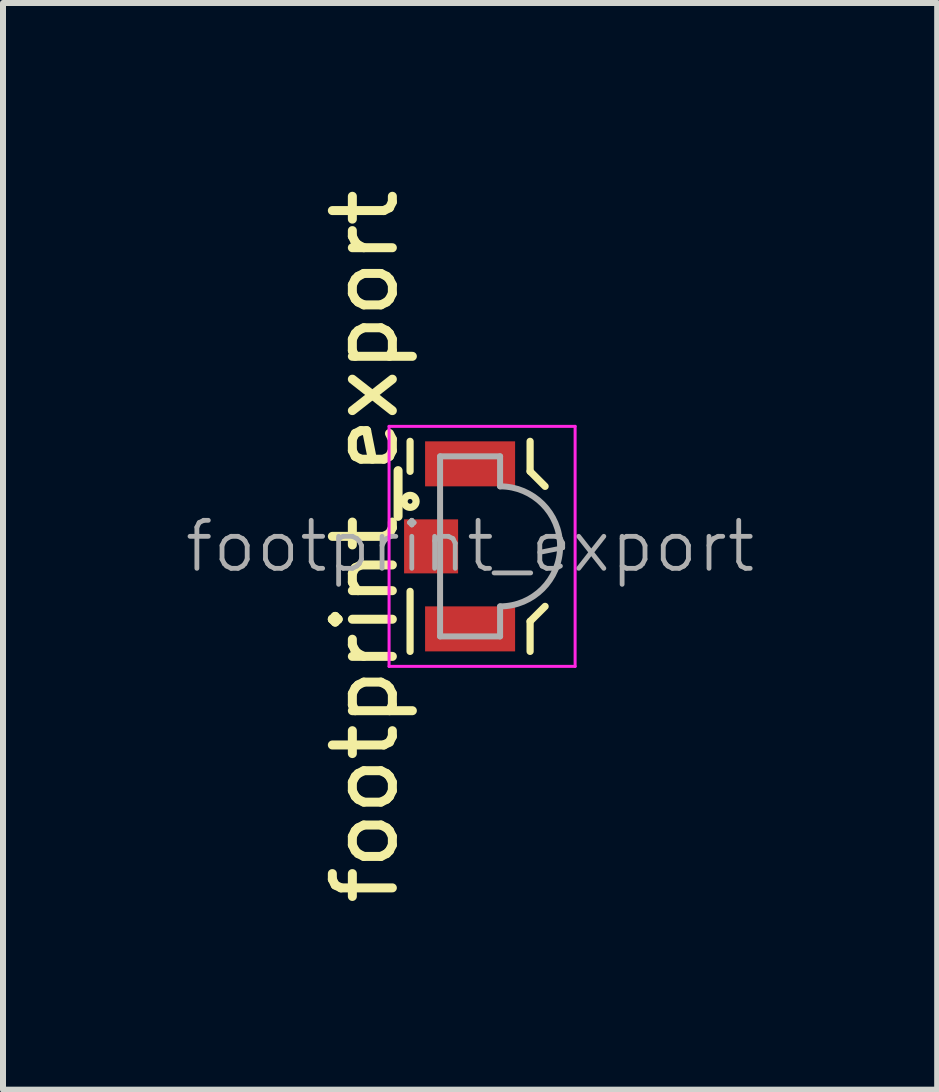
<source format=kicad_pcb>
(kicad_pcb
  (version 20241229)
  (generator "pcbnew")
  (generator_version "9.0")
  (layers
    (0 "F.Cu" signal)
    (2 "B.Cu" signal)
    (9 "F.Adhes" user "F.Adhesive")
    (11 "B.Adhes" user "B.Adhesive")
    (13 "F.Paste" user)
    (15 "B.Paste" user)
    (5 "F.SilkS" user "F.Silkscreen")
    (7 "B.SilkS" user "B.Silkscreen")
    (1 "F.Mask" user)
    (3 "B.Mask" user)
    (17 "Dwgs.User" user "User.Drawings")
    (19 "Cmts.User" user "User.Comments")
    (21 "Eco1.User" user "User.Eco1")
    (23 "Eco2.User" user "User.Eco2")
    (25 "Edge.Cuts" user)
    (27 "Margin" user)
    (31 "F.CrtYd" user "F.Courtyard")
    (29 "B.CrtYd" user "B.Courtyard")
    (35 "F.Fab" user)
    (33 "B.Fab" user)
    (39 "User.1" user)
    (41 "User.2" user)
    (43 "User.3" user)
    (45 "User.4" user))
  (footprint "footprint_export"
    (layer "F.Cu")
    (at 4.783 6.054)
    (property "Reference" "footprint_export" (at -1.75 0 90) (layer "F.SilkS") (effects (font (size 1 1) (thickness 0.15))))
    (attr smd)
    (fp_line (start -1 -1.75) (end -1 -1.25) (stroke (width 0.12) (type solid)) (layer "F.SilkS"))
    (fp_line (start -1 1.75) (end -1 0.75) (stroke (width 0.12) (type solid)) (layer "F.SilkS"))
    (fp_line (start 1 -1.75) (end 1 -1.25) (stroke (width 0.12) (type solid)) (layer "F.SilkS"))
    (fp_line (start 1 -1.25) (end 1.25 -1) (stroke (width 0.12) (type solid)) (layer "F.SilkS"))
    (fp_line (start 1 1.25) (end 1 1.75) (stroke (width 0.12) (type solid)) (layer "F.SilkS"))
    (fp_line (start 1 1.25) (end 1.25 1) (stroke (width 0.12) (type solid)) (layer "F.SilkS"))
    (fp_circle (center -1 -0.75) (end -0.9 -0.75) (stroke (width 0.12) (type solid)) (fill no) (layer "F.SilkS"))
    (fp_line (start -1.35 -2) (end 1.75 -2) (stroke (width 0.05) (type solid)) (layer "F.CrtYd"))
    (fp_line (start -1.35 2) (end -1.35 -2) (stroke (width 0.05) (type solid)) (layer "F.CrtYd"))
    (fp_line (start 1.75 -2) (end 1.75 2) (stroke (width 0.05) (type solid)) (layer "F.CrtYd"))
    (fp_line (start 1.75 2) (end -1.35 2) (stroke (width 0.05) (type solid)) (layer "F.CrtYd"))
    (fp_line (start -0.5 -1.5) (end -0.5 1.5) (stroke (width 0.1) (type solid)) (layer "F.Fab"))
    (fp_line (start -0.5 -1.5) (end 0.5 -1.5) (stroke (width 0.1) (type solid)) (layer "F.Fab"))
    (fp_line (start 0.5 -1.5) (end 0.5 -1) (stroke (width 0.1) (type solid)) (layer "F.Fab"))
    (fp_line (start 0.5 1.5) (end -0.5 1.5) (stroke (width 0.1) (type solid)) (layer "F.Fab"))
    (fp_line (start 0.5 1.5) (end 0.5 1) (stroke (width 0.1) (type solid)) (layer "F.Fab"))
    (fp_arc (start 0.5 -1) (mid 1.5 0) (end 0.5 1) (stroke (width 0.1) (type solid)) (layer "F.Fab"))
    (fp_text user "${REFERENCE}" (at 0 0 0) (layer "F.Fab") (effects (font (size 0.8 0.8) (thickness 0.08))))
    (pad "1" smd rect (at 0 -1.375 180) (size 1.5 0.75) (layers "F.Cu" "F.Mask" "F.Paste"))
    (pad "2" smd rect (at -0.65 0 180) (size 0.9 0.9) (layers "F.Cu" "F.Mask" "F.Paste"))
    (pad "3" smd rect (at 0 1.375 180) (size 1.5 0.75) (layers "F.Cu" "F.Mask" "F.Paste")))
  (gr_rect
    (start -3 -3)
    (end 12.566 15.107)
    (stroke (width 0.1) (type default))
    (fill no)
    (layer "Edge.Cuts")))
</source>
